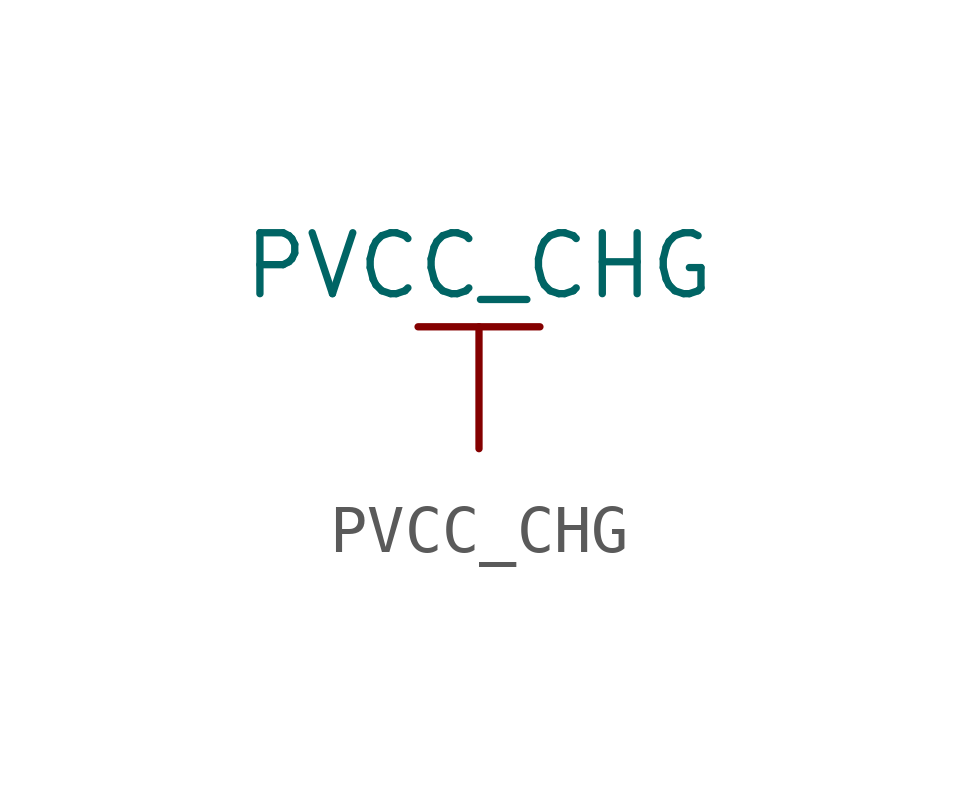
<source format=kicad_sym>
(kicad_symbol_lib
  (version 20211014)
  (generator kicad_symbol_editor)
  (symbol "PVCC_CHG"
    (power)
    (pin_names
      (offset 0))
    (property "Reference" "#PWR"
      (at 0 -3.81 0)
      (effects (font (size 1.27 1.27)) hide))
    (property "Value" "PVCC_CHG"
      (at 0 3.81 0)
      (effects (font (size 1.27 1.27))))
    (symbol "PVCC_CHG_0_1"
      (polyline (pts (xy -1.27 2.54) (xy 1.27 2.54)) (stroke (width 0.152) (type default) (color 0 0 0 0)) (fill (type none)))
      (polyline (pts (xy 0 0) (xy 0 2.54)) (stroke (width 0.152) (type default) (color 0 0 0 0)) (fill (type none))))
    (symbol "PVCC_CHG_1_1"
      (pin power_in line (at 0 0 90) (length 0) hide (name "PVCC_CHG" (effects (font (size 1.27 1.27)))) (number "1" (effects (font (size 1.27 1.27))))))))
</source>
